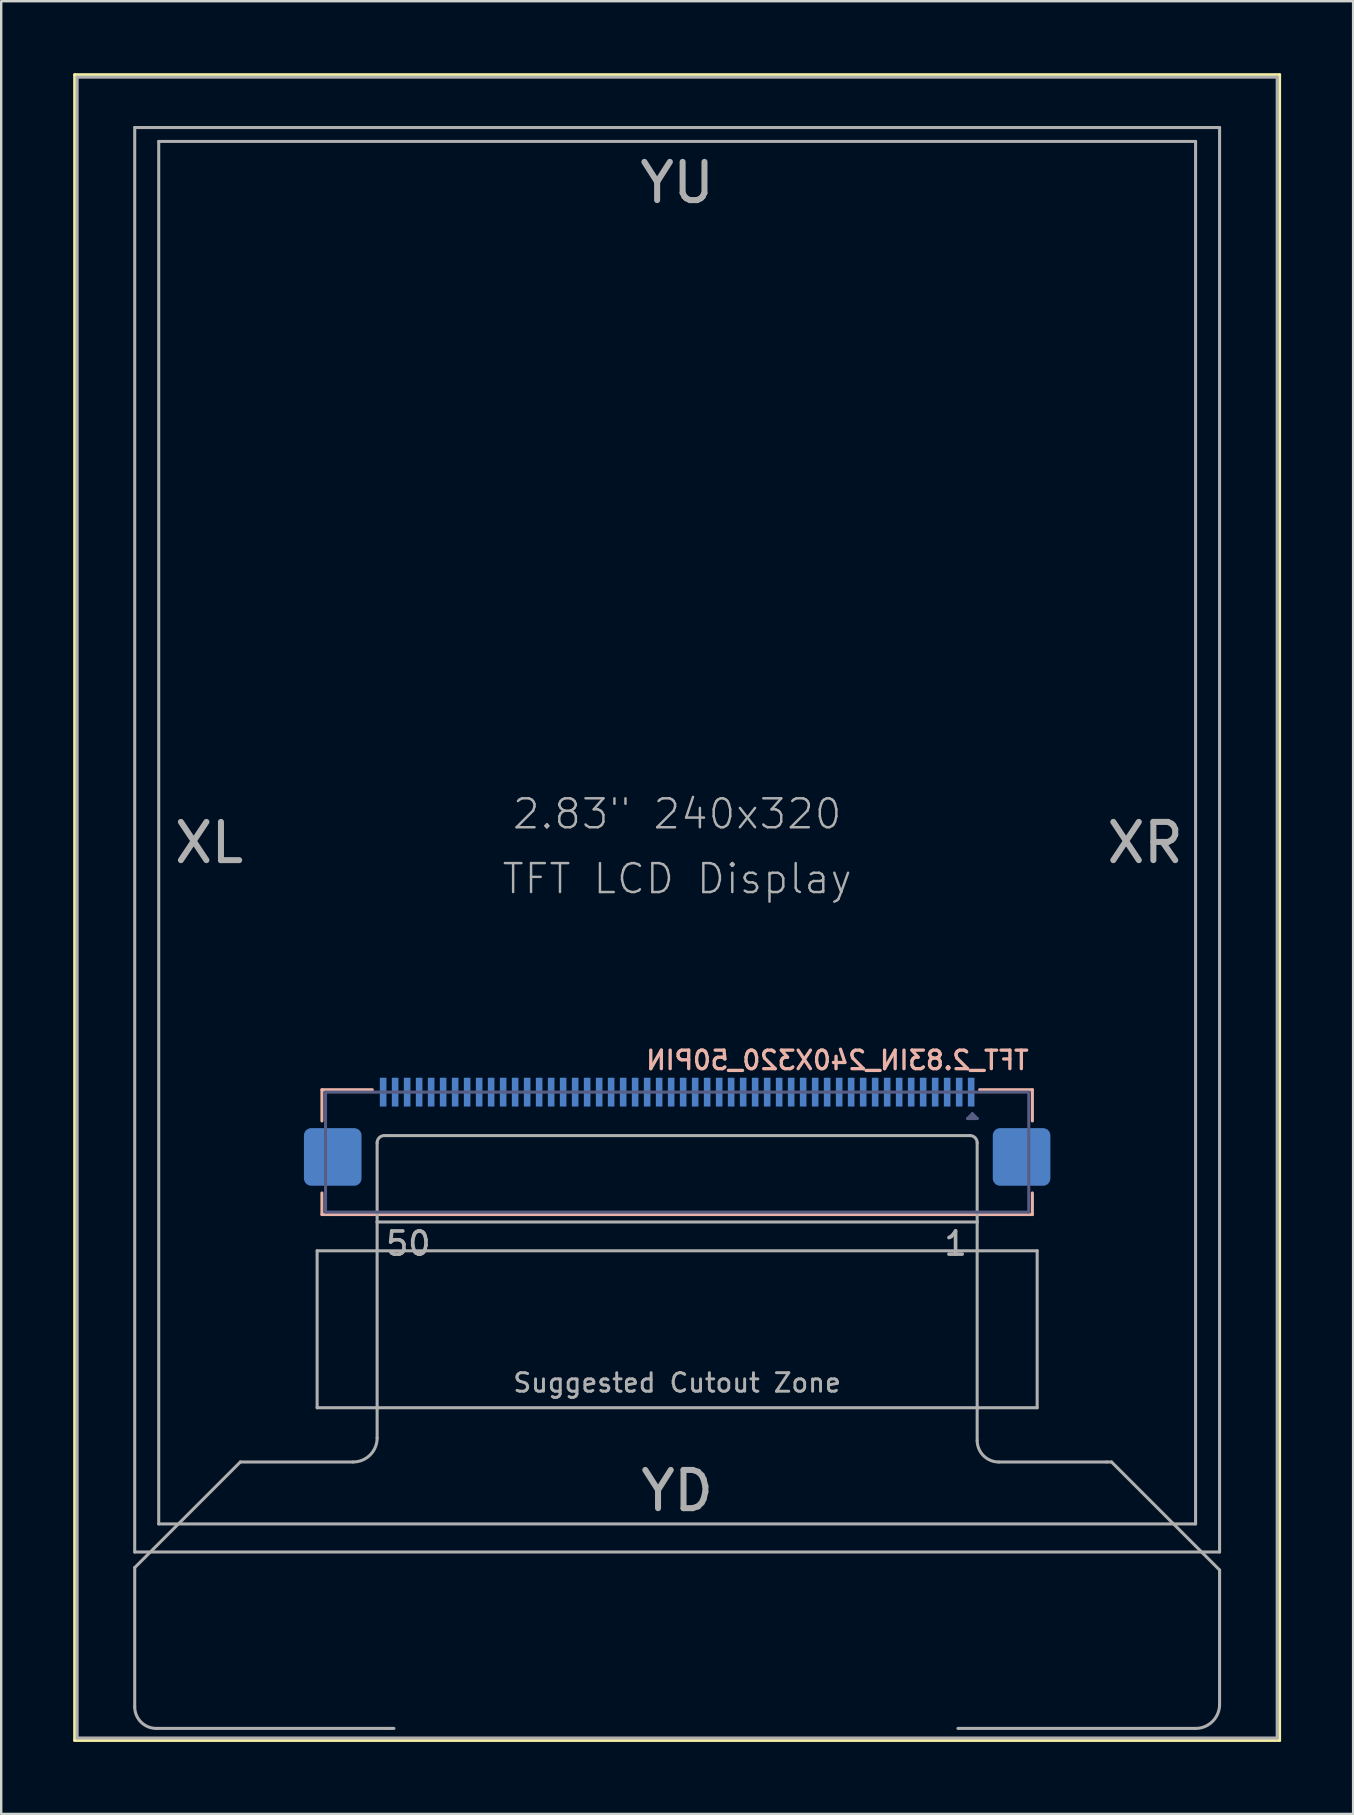
<source format=kicad_pcb>
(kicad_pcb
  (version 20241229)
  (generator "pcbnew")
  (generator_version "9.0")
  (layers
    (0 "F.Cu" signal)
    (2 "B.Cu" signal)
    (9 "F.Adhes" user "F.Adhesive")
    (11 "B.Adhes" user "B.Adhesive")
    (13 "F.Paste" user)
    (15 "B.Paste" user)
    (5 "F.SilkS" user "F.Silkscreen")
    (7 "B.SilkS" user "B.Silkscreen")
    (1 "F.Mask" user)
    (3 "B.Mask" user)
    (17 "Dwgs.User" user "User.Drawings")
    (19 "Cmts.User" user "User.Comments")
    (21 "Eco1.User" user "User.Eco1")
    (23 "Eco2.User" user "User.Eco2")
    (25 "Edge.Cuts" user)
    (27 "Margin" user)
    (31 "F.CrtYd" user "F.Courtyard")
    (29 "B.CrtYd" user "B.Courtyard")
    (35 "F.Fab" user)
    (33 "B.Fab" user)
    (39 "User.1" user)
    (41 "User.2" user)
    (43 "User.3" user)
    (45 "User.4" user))
  (footprint "TFT_2.83IN_240X320_50PIN"
    (layer "F.Cu")
    (at 25.163 32.063)
    (property "Reference" "TFT_2.83IN_240X320_50PIN" (at 14.726 9.513 180) (layer "B.SilkS") (effects (font (size 0.772 0.772) (thickness 0.139)) (justify left bottom mirror)))
    (attr through_hole)
    (fp_poly (pts (xy -12.4 11.05) (xy -12.1 11.05) (xy -12.1 9.75) (xy -12.4 9.75)) (stroke (width 0) (type solid)) (fill yes) (layer "B.Mask"))
    (fp_poly (pts (xy -11.9 11.05) (xy -11.6 11.05) (xy -11.6 9.75) (xy -11.9 9.75)) (stroke (width 0) (type solid)) (fill yes) (layer "B.Mask"))
    (fp_poly (pts (xy -11.4 11.05) (xy -11.1 11.05) (xy -11.1 9.75) (xy -11.4 9.75)) (stroke (width 0) (type solid)) (fill yes) (layer "B.Mask"))
    (fp_poly (pts (xy -10.9 11.05) (xy -10.6 11.05) (xy -10.6 9.75) (xy -10.9 9.75)) (stroke (width 0) (type solid)) (fill yes) (layer "B.Mask"))
    (fp_poly (pts (xy -10.4 11.05) (xy -10.1 11.05) (xy -10.1 9.75) (xy -10.4 9.75)) (stroke (width 0) (type solid)) (fill yes) (layer "B.Mask"))
    (fp_poly (pts (xy -9.9 11.05) (xy -9.6 11.05) (xy -9.6 9.75) (xy -9.9 9.75)) (stroke (width 0) (type solid)) (fill yes) (layer "B.Mask"))
    (fp_poly (pts (xy -9.4 11.05) (xy -9.1 11.05) (xy -9.1 9.75) (xy -9.4 9.75)) (stroke (width 0) (type solid)) (fill yes) (layer "B.Mask"))
    (fp_poly (pts (xy -8.9 11.05) (xy -8.6 11.05) (xy -8.6 9.75) (xy -8.9 9.75)) (stroke (width 0) (type solid)) (fill yes) (layer "B.Mask"))
    (fp_poly (pts (xy -8.4 11.05) (xy -8.1 11.05) (xy -8.1 9.75) (xy -8.4 9.75)) (stroke (width 0) (type solid)) (fill yes) (layer "B.Mask"))
    (fp_poly (pts (xy -7.9 11.05) (xy -7.6 11.05) (xy -7.6 9.75) (xy -7.9 9.75)) (stroke (width 0) (type solid)) (fill yes) (layer "B.Mask"))
    (fp_poly (pts (xy -7.4 11.05) (xy -7.1 11.05) (xy -7.1 9.75) (xy -7.4 9.75)) (stroke (width 0) (type solid)) (fill yes) (layer "B.Mask"))
    (fp_poly (pts (xy -6.9 11.05) (xy -6.6 11.05) (xy -6.6 9.75) (xy -6.9 9.75)) (stroke (width 0) (type solid)) (fill yes) (layer "B.Mask"))
    (fp_poly (pts (xy -6.4 11.05) (xy -6.1 11.05) (xy -6.1 9.75) (xy -6.4 9.75)) (stroke (width 0) (type solid)) (fill yes) (layer "B.Mask"))
    (fp_poly (pts (xy -5.9 11.05) (xy -5.6 11.05) (xy -5.6 9.75) (xy -5.9 9.75)) (stroke (width 0) (type solid)) (fill yes) (layer "B.Mask"))
    (fp_poly (pts (xy -5.4 11.05) (xy -5.1 11.05) (xy -5.1 9.75) (xy -5.4 9.75)) (stroke (width 0) (type solid)) (fill yes) (layer "B.Mask"))
    (fp_poly (pts (xy -4.9 11.05) (xy -4.6 11.05) (xy -4.6 9.75) (xy -4.9 9.75)) (stroke (width 0) (type solid)) (fill yes) (layer "B.Mask"))
    (fp_poly (pts (xy -4.4 11.05) (xy -4.1 11.05) (xy -4.1 9.75) (xy -4.4 9.75)) (stroke (width 0) (type solid)) (fill yes) (layer "B.Mask"))
    (fp_poly (pts (xy -3.9 11.05) (xy -3.6 11.05) (xy -3.6 9.75) (xy -3.9 9.75)) (stroke (width 0) (type solid)) (fill yes) (layer "B.Mask"))
    (fp_poly (pts (xy -3.4 11.05) (xy -3.1 11.05) (xy -3.1 9.75) (xy -3.4 9.75)) (stroke (width 0) (type solid)) (fill yes) (layer "B.Mask"))
    (fp_poly (pts (xy -2.9 11.05) (xy -2.6 11.05) (xy -2.6 9.75) (xy -2.9 9.75)) (stroke (width 0) (type solid)) (fill yes) (layer "B.Mask"))
    (fp_poly (pts (xy -2.4 11.05) (xy -2.1 11.05) (xy -2.1 9.75) (xy -2.4 9.75)) (stroke (width 0) (type solid)) (fill yes) (layer "B.Mask"))
    (fp_poly (pts (xy -1.9 11.05) (xy -1.6 11.05) (xy -1.6 9.75) (xy -1.9 9.75)) (stroke (width 0) (type solid)) (fill yes) (layer "B.Mask"))
    (fp_poly (pts (xy -1.4 11.05) (xy -1.1 11.05) (xy -1.1 9.75) (xy -1.4 9.75)) (stroke (width 0) (type solid)) (fill yes) (layer "B.Mask"))
    (fp_poly (pts (xy -0.9 11.05) (xy -0.6 11.05) (xy -0.6 9.75) (xy -0.9 9.75)) (stroke (width 0) (type solid)) (fill yes) (layer "B.Mask"))
    (fp_poly (pts (xy -0.4 11.05) (xy -0.1 11.05) (xy -0.1 9.75) (xy -0.4 9.75)) (stroke (width 0) (type solid)) (fill yes) (layer "B.Mask"))
    (fp_poly (pts (xy 0.1 11.05) (xy 0.4 11.05) (xy 0.4 9.75) (xy 0.1 9.75)) (stroke (width 0) (type solid)) (fill yes) (layer "B.Mask"))
    (fp_poly (pts (xy 0.6 11.05) (xy 0.9 11.05) (xy 0.9 9.75) (xy 0.6 9.75)) (stroke (width 0) (type solid)) (fill yes) (layer "B.Mask"))
    (fp_poly (pts (xy 1.1 11.05) (xy 1.4 11.05) (xy 1.4 9.75) (xy 1.1 9.75)) (stroke (width 0) (type solid)) (fill yes) (layer "B.Mask"))
    (fp_poly (pts (xy 1.6 11.05) (xy 1.9 11.05) (xy 1.9 9.75) (xy 1.6 9.75)) (stroke (width 0) (type solid)) (fill yes) (layer "B.Mask"))
    (fp_poly (pts (xy 2.1 11.05) (xy 2.4 11.05) (xy 2.4 9.75) (xy 2.1 9.75)) (stroke (width 0) (type solid)) (fill yes) (layer "B.Mask"))
    (fp_poly (pts (xy 2.6 11.05) (xy 2.9 11.05) (xy 2.9 9.75) (xy 2.6 9.75)) (stroke (width 0) (type solid)) (fill yes) (layer "B.Mask"))
    (fp_poly (pts (xy 3.1 11.05) (xy 3.4 11.05) (xy 3.4 9.75) (xy 3.1 9.75)) (stroke (width 0) (type solid)) (fill yes) (layer "B.Mask"))
    (fp_poly (pts (xy 3.6 11.05) (xy 3.9 11.05) (xy 3.9 9.75) (xy 3.6 9.75)) (stroke (width 0) (type solid)) (fill yes) (layer "B.Mask"))
    (fp_poly (pts (xy 4.1 11.05) (xy 4.4 11.05) (xy 4.4 9.75) (xy 4.1 9.75)) (stroke (width 0) (type solid)) (fill yes) (layer "B.Mask"))
    (fp_poly (pts (xy 4.6 11.05) (xy 4.9 11.05) (xy 4.9 9.75) (xy 4.6 9.75)) (stroke (width 0) (type solid)) (fill yes) (layer "B.Mask"))
    (fp_poly (pts (xy 5.1 11.05) (xy 5.4 11.05) (xy 5.4 9.75) (xy 5.1 9.75)) (stroke (width 0) (type solid)) (fill yes) (layer "B.Mask"))
    (fp_poly (pts (xy 5.6 11.05) (xy 5.9 11.05) (xy 5.9 9.75) (xy 5.6 9.75)) (stroke (width 0) (type solid)) (fill yes) (layer "B.Mask"))
    (fp_poly (pts (xy 6.1 11.05) (xy 6.4 11.05) (xy 6.4 9.75) (xy 6.1 9.75)) (stroke (width 0) (type solid)) (fill yes) (layer "B.Mask"))
    (fp_poly (pts (xy 6.6 11.05) (xy 6.9 11.05) (xy 6.9 9.75) (xy 6.6 9.75)) (stroke (width 0) (type solid)) (fill yes) (layer "B.Mask"))
    (fp_poly (pts (xy 7.1 11.05) (xy 7.4 11.05) (xy 7.4 9.75) (xy 7.1 9.75)) (stroke (width 0) (type solid)) (fill yes) (layer "B.Mask"))
    (fp_poly (pts (xy 7.6 11.05) (xy 7.9 11.05) (xy 7.9 9.75) (xy 7.6 9.75)) (stroke (width 0) (type solid)) (fill yes) (layer "B.Mask"))
    (fp_poly (pts (xy 8.1 11.05) (xy 8.4 11.05) (xy 8.4 9.75) (xy 8.1 9.75)) (stroke (width 0) (type solid)) (fill yes) (layer "B.Mask"))
    (fp_poly (pts (xy 8.6 11.05) (xy 8.9 11.05) (xy 8.9 9.75) (xy 8.6 9.75)) (stroke (width 0) (type solid)) (fill yes) (layer "B.Mask"))
    (fp_poly (pts (xy 9.1 11.05) (xy 9.4 11.05) (xy 9.4 9.75) (xy 9.1 9.75)) (stroke (width 0) (type solid)) (fill yes) (layer "B.Mask"))
    (fp_poly (pts (xy 9.6 11.05) (xy 9.9 11.05) (xy 9.9 9.75) (xy 9.6 9.75)) (stroke (width 0) (type solid)) (fill yes) (layer "B.Mask"))
    (fp_poly (pts (xy 10.1 11.05) (xy 10.4 11.05) (xy 10.4 9.75) (xy 10.1 9.75)) (stroke (width 0) (type solid)) (fill yes) (layer "B.Mask"))
    (fp_poly (pts (xy 10.6 11.05) (xy 10.9 11.05) (xy 10.9 9.75) (xy 10.6 9.75)) (stroke (width 0) (type solid)) (fill yes) (layer "B.Mask"))
    (fp_poly (pts (xy 11.1 11.05) (xy 11.4 11.05) (xy 11.4 9.75) (xy 11.1 9.75)) (stroke (width 0) (type solid)) (fill yes) (layer "B.Mask"))
    (fp_poly (pts (xy 11.6 11.05) (xy 11.9 11.05) (xy 11.9 9.75) (xy 11.6 9.75)) (stroke (width 0) (type solid)) (fill yes) (layer "B.Mask"))
    (fp_poly (pts (xy 12.1 11.05) (xy 12.4 11.05) (xy 12.4 9.75) (xy 12.1 9.75)) (stroke (width 0) (type solid)) (fill yes) (layer "B.Mask"))
    (fp_line (start -25.1 -32) (end 25.1 -32) (stroke (width 0.127) (type solid)) (layer "F.SilkS"))
    (fp_line (start -25.1 37.4) (end -25.1 -32) (stroke (width 0.127) (type solid)) (layer "F.SilkS"))
    (fp_line (start 25.1 -32) (end 25.1 37.4) (stroke (width 0.127) (type solid)) (layer "F.SilkS"))
    (fp_line (start 25.1 37.4) (end -25.1 37.4) (stroke (width 0.127) (type solid)) (layer "F.SilkS"))
    (fp_line (start -14.8 10.29) (end -14.8 11.59) (stroke (width 0.127) (type solid)) (layer "B.SilkS"))
    (fp_line (start -14.8 15.49) (end -14.8 14.59) (stroke (width 0.127) (type solid)) (layer "B.SilkS"))
    (fp_line (start -12.7 10.29) (end -14.8 10.29) (stroke (width 0.127) (type solid)) (layer "B.SilkS"))
    (fp_line (start 12.6 10.29) (end 14.8 10.29) (stroke (width 0.127) (type solid)) (layer "B.SilkS"))
    (fp_line (start 14.8 10.29) (end 14.8 11.59) (stroke (width 0.127) (type solid)) (layer "B.SilkS"))
    (fp_line (start 14.8 14.59) (end 14.8 15.49) (stroke (width 0.127) (type solid)) (layer "B.SilkS"))
    (fp_line (start 14.8 15.49) (end -14.8 15.49) (stroke (width 0.127) (type solid)) (layer "B.SilkS"))
    (fp_line (start -14.65 10.39) (end -14.65 15.39) (stroke (width 0.127) (type solid)) (layer "B.Fab"))
    (fp_line (start 12.1 11.49) (end 12.4 11.49) (stroke (width 0.127) (type solid)) (layer "B.Fab"))
    (fp_line (start 12.3 11.29) (end 12.1 11.49) (stroke (width 0.127) (type solid)) (layer "B.Fab"))
    (fp_line (start 12.4 11.49) (end 12.3 11.39) (stroke (width 0.127) (type solid)) (layer "B.Fab"))
    (fp_line (start 12.5 11.49) (end 12.3 11.29) (stroke (width 0.127) (type solid)) (layer "B.Fab"))
    (fp_line (start 12.5 11.49) (end 12.4 11.49) (stroke (width 0.127) (type solid)) (layer "B.Fab"))
    (fp_line (start 14.65 10.39) (end -14.65 10.39) (stroke (width 0.127) (type solid)) (layer "B.Fab"))
    (fp_line (start 14.65 15.39) (end -14.65 15.39) (stroke (width 0.127) (type solid)) (layer "B.Fab"))
    (fp_line (start 14.65 15.39) (end 14.65 10.39) (stroke (width 0.127) (type solid)) (layer "B.Fab"))
    (fp_line (start -25 -31.9) (end 25 -31.9) (stroke (width 0.127) (type solid)) (layer "F.Fab"))
    (fp_line (start -25 37.3) (end -25 -31.9) (stroke (width 0.127) (type solid)) (layer "F.Fab"))
    (fp_line (start -22.6 -29.8) (end 22.6 -29.8) (stroke (width 0.127) (type solid)) (layer "F.Fab"))
    (fp_line (start -22.6 29.55) (end -22.6 -29.8) (stroke (width 0.127) (type solid)) (layer "F.Fab"))
    (fp_line (start -22.6 30.2) (end -18.2 25.8) (stroke (width 0.127) (type solid)) (layer "F.Fab"))
    (fp_line (start -22.6 36) (end -22.6 30.2) (stroke (width 0.127) (type solid)) (layer "F.Fab"))
    (fp_line (start -21.6 -29.22) (end 21.6 -29.22) (stroke (width 0.127) (type solid)) (layer "F.Fab"))
    (fp_line (start -21.6 28.38) (end -21.6 -29.22) (stroke (width 0.127) (type solid)) (layer "F.Fab"))
    (fp_line (start -18.2 25.8) (end -13.5 25.8) (stroke (width 0.127) (type solid)) (layer "F.Fab"))
    (fp_line (start -15 17) (end 15 17) (stroke (width 0.127) (type solid)) (layer "F.Fab"))
    (fp_line (start -15 23.54) (end -15 17) (stroke (width 0.127) (type solid)) (layer "F.Fab"))
    (fp_line (start -12.5 15.8) (end -12.5 12.5) (stroke (width 0.127) (type solid)) (layer "F.Fab"))
    (fp_line (start -12.5 15.8) (end 12.5 15.8) (stroke (width 0.127) (type solid)) (layer "F.Fab"))
    (fp_line (start -12.5 24.8) (end -12.5 15.8) (stroke (width 0.127) (type solid)) (layer "F.Fab"))
    (fp_line (start -12.2 12.2) (end 12.2 12.2) (stroke (width 0.127) (type solid)) (layer "F.Fab"))
    (fp_line (start -12.1 36.9) (end -21.7 36.9) (stroke (width 0.127) (type solid)) (layer "F.Fab"))
    (fp_line (start -11.8 36.9) (end -12.1 36.9) (stroke (width 0.127) (type solid)) (layer "F.Fab"))
    (fp_line (start 12.5 12.5) (end 12.5 15.8) (stroke (width 0.127) (type solid)) (layer "F.Fab"))
    (fp_line (start 12.5 15.8) (end 12.5 24.9) (stroke (width 0.127) (type solid)) (layer "F.Fab"))
    (fp_line (start 13.4 25.8) (end 17.9 25.8) (stroke (width 0.127) (type solid)) (layer "F.Fab"))
    (fp_line (start 15 17) (end 15 23.54) (stroke (width 0.127) (type solid)) (layer "F.Fab"))
    (fp_line (start 15 23.54) (end -15 23.54) (stroke (width 0.127) (type solid)) (layer "F.Fab"))
    (fp_line (start 17.9 25.8) (end 18.1 25.8) (stroke (width 0.127) (type solid)) (layer "F.Fab"))
    (fp_line (start 18.1 25.8) (end 22.6 30.3) (stroke (width 0.127) (type solid)) (layer "F.Fab"))
    (fp_line (start 21.6 -29.22) (end 21.6 28.38) (stroke (width 0.127) (type solid)) (layer "F.Fab"))
    (fp_line (start 21.6 28.38) (end -21.6 28.38) (stroke (width 0.127) (type solid)) (layer "F.Fab"))
    (fp_line (start 21.6 36.9) (end 11.7 36.9) (stroke (width 0.127) (type solid)) (layer "F.Fab"))
    (fp_line (start 22.6 -29.8) (end 22.6 29.55) (stroke (width 0.127) (type solid)) (layer "F.Fab"))
    (fp_line (start 22.6 29.55) (end -22.6 29.55) (stroke (width 0.127) (type solid)) (layer "F.Fab"))
    (fp_line (start 22.6 30.3) (end 22.6 35.9) (stroke (width 0.127) (type solid)) (layer "F.Fab"))
    (fp_line (start 25 -31.9) (end 25 37.3) (stroke (width 0.127) (type solid)) (layer "F.Fab"))
    (fp_line (start 25 37.3) (end -25 37.3) (stroke (width 0.127) (type solid)) (layer "F.Fab"))
    (fp_arc (start -21.7 36.9) (mid -22.336396 36.636396) (end -22.6 36) (stroke (width 0.127) (type solid)) (layer "F.Fab"))
    (fp_arc (start -12.5 12.5) (mid -12.412132 12.287868) (end -12.2 12.2) (stroke (width 0.127) (type solid)) (layer "F.Fab"))
    (fp_arc (start -12.5 24.8) (mid -12.792893 25.507107) (end -13.5 25.8) (stroke (width 0.127) (type solid)) (layer "F.Fab"))
    (fp_arc (start 12.2 12.2) (mid 12.412132 12.287868) (end 12.5 12.5) (stroke (width 0.127) (type solid)) (layer "F.Fab"))
    (fp_arc (start 13.4 25.8) (mid 12.763604 25.536396) (end 12.5 24.9) (stroke (width 0.127) (type solid)) (layer "F.Fab"))
    (fp_arc (start 22.6 35.9) (mid 22.307107 36.607107) (end 21.6 36.9) (stroke (width 0.127) (type solid)) (layer "F.Fab"))
    (fp_text user "2.83\" 240x320" (at 0 -1.2 0) (layer "F.Fab") (effects (font (size 1.206 1.206) (thickness 0.102))))
    (fp_text user "XR" (at 19.5 0 0) (layer "F.Fab") (effects (font (size 1.593 1.593) (thickness 0.251))))
    (fp_text user "YD" (at 0 27 0) (layer "F.Fab") (effects (font (size 1.593 1.593) (thickness 0.251))))
    (fp_text user "1" (at 11.6 16.7 0) (layer "F.Fab") (effects (font (size 0.965 0.965) (thickness 0.152))))
    (fp_text user "50" (at -11.2 16.7 0) (layer "F.Fab") (effects (font (size 0.965 0.965) (thickness 0.152))))
    (fp_text user "YU" (at 0 -27.5 0) (layer "F.Fab") (effects (font (size 1.593 1.593) (thickness 0.251))))
    (fp_text user "Suggested Cutout Zone" (at 0 22.5 0) (layer "F.Fab") (effects (font (size 0.772 0.772) (thickness 0.122))))
    (fp_text user "XL" (at -19.5 0 0) (layer "F.Fab") (effects (font (size 1.593 1.593) (thickness 0.251))))
    (fp_text user "TFT LCD Display" (at 0 1.5 0) (layer "F.Fab") (effects (font (size 1.206 1.206) (thickness 0.102))))
    (pad "1" smd rect (at 12.25 10.39 180) (size 0.275 1.2) (layers "B.Cu" "B.Mask" "B.Paste"))
    (pad "2" smd rect (at 11.75 10.39 180) (size 0.275 1.2) (layers "B.Cu" "B.Mask" "B.Paste"))
    (pad "3" smd rect (at 11.25 10.39 180) (size 0.275 1.2) (layers "B.Cu" "B.Mask" "B.Paste"))
    (pad "4" smd rect (at 10.75 10.39 180) (size 0.275 1.2) (layers "B.Cu" "B.Mask" "B.Paste"))
    (pad "5" smd rect (at 10.25 10.39 180) (size 0.275 1.2) (layers "B.Cu" "B.Mask" "B.Paste"))
    (pad "6" smd rect (at 9.75 10.39 180) (size 0.275 1.2) (layers "B.Cu" "B.Mask" "B.Paste"))
    (pad "7" smd rect (at 9.25 10.39 180) (size 0.275 1.2) (layers "B.Cu" "B.Mask" "B.Paste"))
    (pad "8" smd rect (at 8.75 10.39 180) (size 0.275 1.2) (layers "B.Cu" "B.Mask" "B.Paste"))
    (pad "9" smd rect (at 8.25 10.39 180) (size 0.275 1.2) (layers "B.Cu" "B.Mask" "B.Paste"))
    (pad "10" smd rect (at 7.75 10.39 180) (size 0.275 1.2) (layers "B.Cu" "B.Mask" "B.Paste"))
    (pad "11" smd rect (at 7.25 10.39 180) (size 0.275 1.2) (layers "B.Cu" "B.Mask" "B.Paste"))
    (pad "12" smd rect (at 6.75 10.39 180) (size 0.275 1.2) (layers "B.Cu" "B.Mask" "B.Paste"))
    (pad "13" smd rect (at 6.25 10.39 180) (size 0.275 1.2) (layers "B.Cu" "B.Mask" "B.Paste"))
    (pad "14" smd rect (at 5.75 10.39 180) (size 0.275 1.2) (layers "B.Cu" "B.Mask" "B.Paste"))
    (pad "15" smd rect (at 5.25 10.39 180) (size 0.275 1.2) (layers "B.Cu" "B.Mask" "B.Paste"))
    (pad "16" smd rect (at 4.75 10.39 180) (size 0.275 1.2) (layers "B.Cu" "B.Mask" "B.Paste"))
    (pad "17" smd rect (at 4.25 10.39 180) (size 0.275 1.2) (layers "B.Cu" "B.Mask" "B.Paste"))
    (pad "18" smd rect (at 3.75 10.39 180) (size 0.275 1.2) (layers "B.Cu" "B.Mask" "B.Paste"))
    (pad "19" smd rect (at 3.25 10.39 180) (size 0.275 1.2) (layers "B.Cu" "B.Mask" "B.Paste"))
    (pad "20" smd rect (at 2.75 10.39 180) (size 0.275 1.2) (layers "B.Cu" "B.Mask" "B.Paste"))
    (pad "21" smd rect (at 2.25 10.39 180) (size 0.275 1.2) (layers "B.Cu" "B.Mask" "B.Paste"))
    (pad "22" smd rect (at 1.75 10.39 180) (size 0.275 1.2) (layers "B.Cu" "B.Mask" "B.Paste"))
    (pad "23" smd rect (at 1.25 10.39 180) (size 0.275 1.2) (layers "B.Cu" "B.Mask" "B.Paste"))
    (pad "24" smd rect (at 0.75 10.39 180) (size 0.275 1.2) (layers "B.Cu" "B.Mask" "B.Paste"))
    (pad "25" smd rect (at 0.25 10.39 180) (size 0.275 1.2) (layers "B.Cu" "B.Mask" "B.Paste"))
    (pad "26" smd rect (at -0.25 10.39 180) (size 0.275 1.2) (layers "B.Cu" "B.Mask" "B.Paste"))
    (pad "27" smd rect (at -0.75 10.39 180) (size 0.275 1.2) (layers "B.Cu" "B.Mask" "B.Paste"))
    (pad "28" smd rect (at -1.25 10.39 180) (size 0.275 1.2) (layers "B.Cu" "B.Mask" "B.Paste"))
    (pad "29" smd rect (at -1.75 10.39 180) (size 0.275 1.2) (layers "B.Cu" "B.Mask" "B.Paste"))
    (pad "30" smd rect (at -2.25 10.39 180) (size 0.275 1.2) (layers "B.Cu" "B.Mask" "B.Paste"))
    (pad "31" smd rect (at -2.75 10.39 180) (size 0.275 1.2) (layers "B.Cu" "B.Mask" "B.Paste"))
    (pad "32" smd rect (at -3.25 10.39 180) (size 0.275 1.2) (layers "B.Cu" "B.Mask" "B.Paste"))
    (pad "33" smd rect (at -3.75 10.39 180) (size 0.275 1.2) (layers "B.Cu" "B.Mask" "B.Paste"))
    (pad "34" smd rect (at -4.25 10.39 180) (size 0.275 1.2) (layers "B.Cu" "B.Mask" "B.Paste"))
    (pad "35" smd rect (at -4.75 10.39 180) (size 0.275 1.2) (layers "B.Cu" "B.Mask" "B.Paste"))
    (pad "36" smd rect (at -5.25 10.39 180) (size 0.275 1.2) (layers "B.Cu" "B.Mask" "B.Paste"))
    (pad "37" smd rect (at -5.75 10.39 180) (size 0.275 1.2) (layers "B.Cu" "B.Mask" "B.Paste"))
    (pad "38" smd rect (at -6.25 10.39 180) (size 0.275 1.2) (layers "B.Cu" "B.Mask" "B.Paste"))
    (pad "39" smd rect (at -6.75 10.39 180) (size 0.275 1.2) (layers "B.Cu" "B.Mask" "B.Paste"))
    (pad "40" smd rect (at -7.25 10.39 180) (size 0.275 1.2) (layers "B.Cu" "B.Mask" "B.Paste"))
    (pad "41" smd rect (at -7.75 10.39 180) (size 0.275 1.2) (layers "B.Cu" "B.Mask" "B.Paste"))
    (pad "42" smd rect (at -8.25 10.39 180) (size 0.275 1.2) (layers "B.Cu" "B.Mask" "B.Paste"))
    (pad "43" smd rect (at -8.75 10.39 180) (size 0.275 1.2) (layers "B.Cu" "B.Mask" "B.Paste"))
    (pad "44" smd rect (at -9.25 10.39 180) (size 0.275 1.2) (layers "B.Cu" "B.Mask" "B.Paste"))
    (pad "45" smd rect (at -9.75 10.39 180) (size 0.275 1.2) (layers "B.Cu" "B.Mask" "B.Paste"))
    (pad "46" smd rect (at -10.25 10.39 180) (size 0.275 1.2) (layers "B.Cu" "B.Mask" "B.Paste"))
    (pad "47" smd rect (at -10.75 10.39 180) (size 0.275 1.2) (layers "B.Cu" "B.Mask" "B.Paste"))
    (pad "48" smd rect (at -11.25 10.39 180) (size 0.275 1.2) (layers "B.Cu" "B.Mask" "B.Paste"))
    (pad "49" smd rect (at -11.75 10.39 180) (size 0.275 1.2) (layers "B.Cu" "B.Mask" "B.Paste"))
    (pad "50" smd rect (at -12.25 10.39 180) (size 0.275 1.2) (layers "B.Cu" "B.Mask" "B.Paste"))
    (pad "PAD1" smd roundrect (at 14.35 13.09 180) (size 2.4 2.4) (layers "B.Cu" "B.Mask" "B.Paste") (roundrect_rratio 0.125))
    (pad "PAD2" smd roundrect (at -14.35 13.09 180) (size 2.4 2.4) (layers "B.Cu" "B.Mask" "B.Paste") (roundrect_rratio 0.125)))
  (gr_rect
    (start -3 -3)
    (end 53.327 72.527)
    (stroke (width 0.1) (type default))
    (fill no)
    (layer "Edge.Cuts")))
</source>
